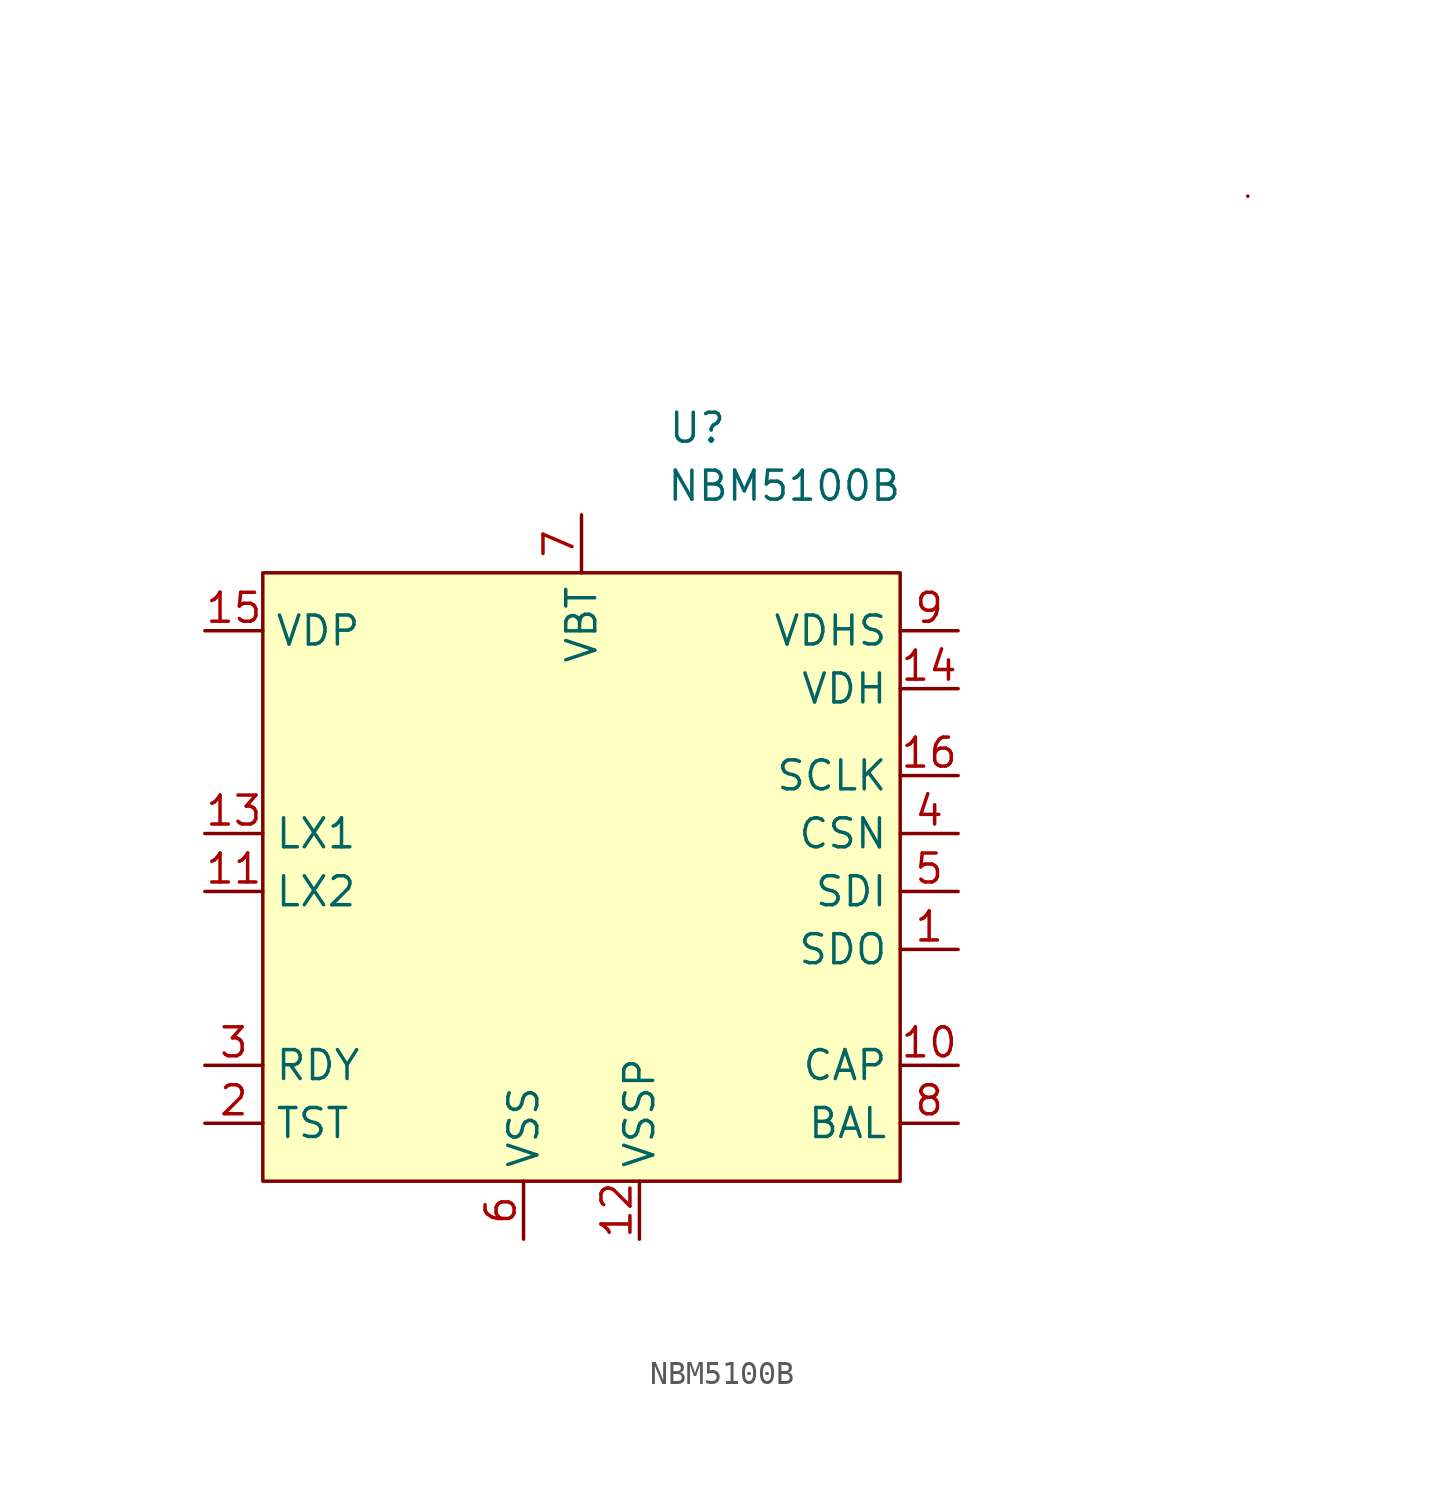
<source format=kicad_sym>
(kicad_symbol_lib
  (version 20220914)
  (generator kicad_symbol_editor)
  (symbol "NBM5100B"
    (property "Reference" "U"
      (at 5.08 17.78 0)
      (do_not_autoplace)
      (effects (font (size 1.27 1.27))))
    (property "Value" "NBM5100B"
      (at 8.89 15.24 0)
      (do_not_autoplace)
      (effects (font (size 1.27 1.27))))
    (symbol "NBM5100B_0_1"
      (rectangle (start 29.21 27.94) (end 29.21 27.94) (stroke (width 0) (type default)) (fill (type none))))
    (symbol "NBM5100B_1_1"
      (rectangle (start -13.97 11.43) (end 13.97 -15.24) (stroke (width 0) (type default)) (fill (type background)))
      (pin output line (at 16.51 -5.08 180) (length 2.54) (name "SDO" (effects (font (size 1.27 1.27)))) (number "1" (effects (font (size 1.27 1.27)))))
      (pin power_in line (at 16.51 -10.16 180) (length 2.54) (name "CAP" (effects (font (size 1.27 1.27)))) (number "10" (effects (font (size 1.27 1.27)))))
      (pin unspecified line (at -16.51 -2.54 0) (length 2.54) (name "LX2" (effects (font (size 1.27 1.27)))) (number "11" (effects (font (size 1.27 1.27)))))
      (pin power_in line (at 2.54 -17.78 90) (length 2.54) (name "VSSP" (effects (font (size 1.27 1.27)))) (number "12" (effects (font (size 1.27 1.27)))))
      (pin unspecified line (at -16.51 0 0) (length 2.54) (name "LX1" (effects (font (size 1.27 1.27)))) (number "13" (effects (font (size 1.27 1.27)))))
      (pin power_out line (at 16.51 6.35 180) (length 2.54) (name "VDH" (effects (font (size 1.27 1.27)))) (number "14" (effects (font (size 1.27 1.27)))))
      (pin power_out line (at -16.51 8.89 0) (length 2.54) (name "VDP" (effects (font (size 1.27 1.27)))) (number "15" (effects (font (size 1.27 1.27)))))
      (pin input line (at 16.51 2.54 180) (length 2.54) (name "SCLK" (effects (font (size 1.27 1.27)))) (number "16" (effects (font (size 1.27 1.27)))))
      (pin input line (at -16.51 -12.7 0) (length 2.54) (name "TST" (effects (font (size 1.27 1.27)))) (number "2" (effects (font (size 1.27 1.27)))))
      (pin output line (at -16.51 -10.16 0) (length 2.54) (name "RDY" (effects (font (size 1.27 1.27)))) (number "3" (effects (font (size 1.27 1.27)))))
      (pin input line (at 16.51 0 180) (length 2.54) (name "CSN" (effects (font (size 1.27 1.27)))) (number "4" (effects (font (size 1.27 1.27)))))
      (pin input line (at 16.51 -2.54 180) (length 2.54) (name "SDI" (effects (font (size 1.27 1.27)))) (number "5" (effects (font (size 1.27 1.27)))))
      (pin power_in line (at -2.54 -17.78 90) (length 2.54) (name "VSS" (effects (font (size 1.27 1.27)))) (number "6" (effects (font (size 1.27 1.27)))))
      (pin power_in line (at 0 13.97 270) (length 2.54) (name "VBT" (effects (font (size 1.27 1.27)))) (number "7" (effects (font (size 1.27 1.27)))))
      (pin bidirectional line (at 16.51 -12.7 180) (length 2.54) (name "BAL" (effects (font (size 1.27 1.27)))) (number "8" (effects (font (size 1.27 1.27)))))
      (pin input line (at 16.51 8.89 180) (length 2.54) (name "VDHS" (effects (font (size 1.27 1.27)))) (number "9" (effects (font (size 1.27 1.27))))))))
</source>
